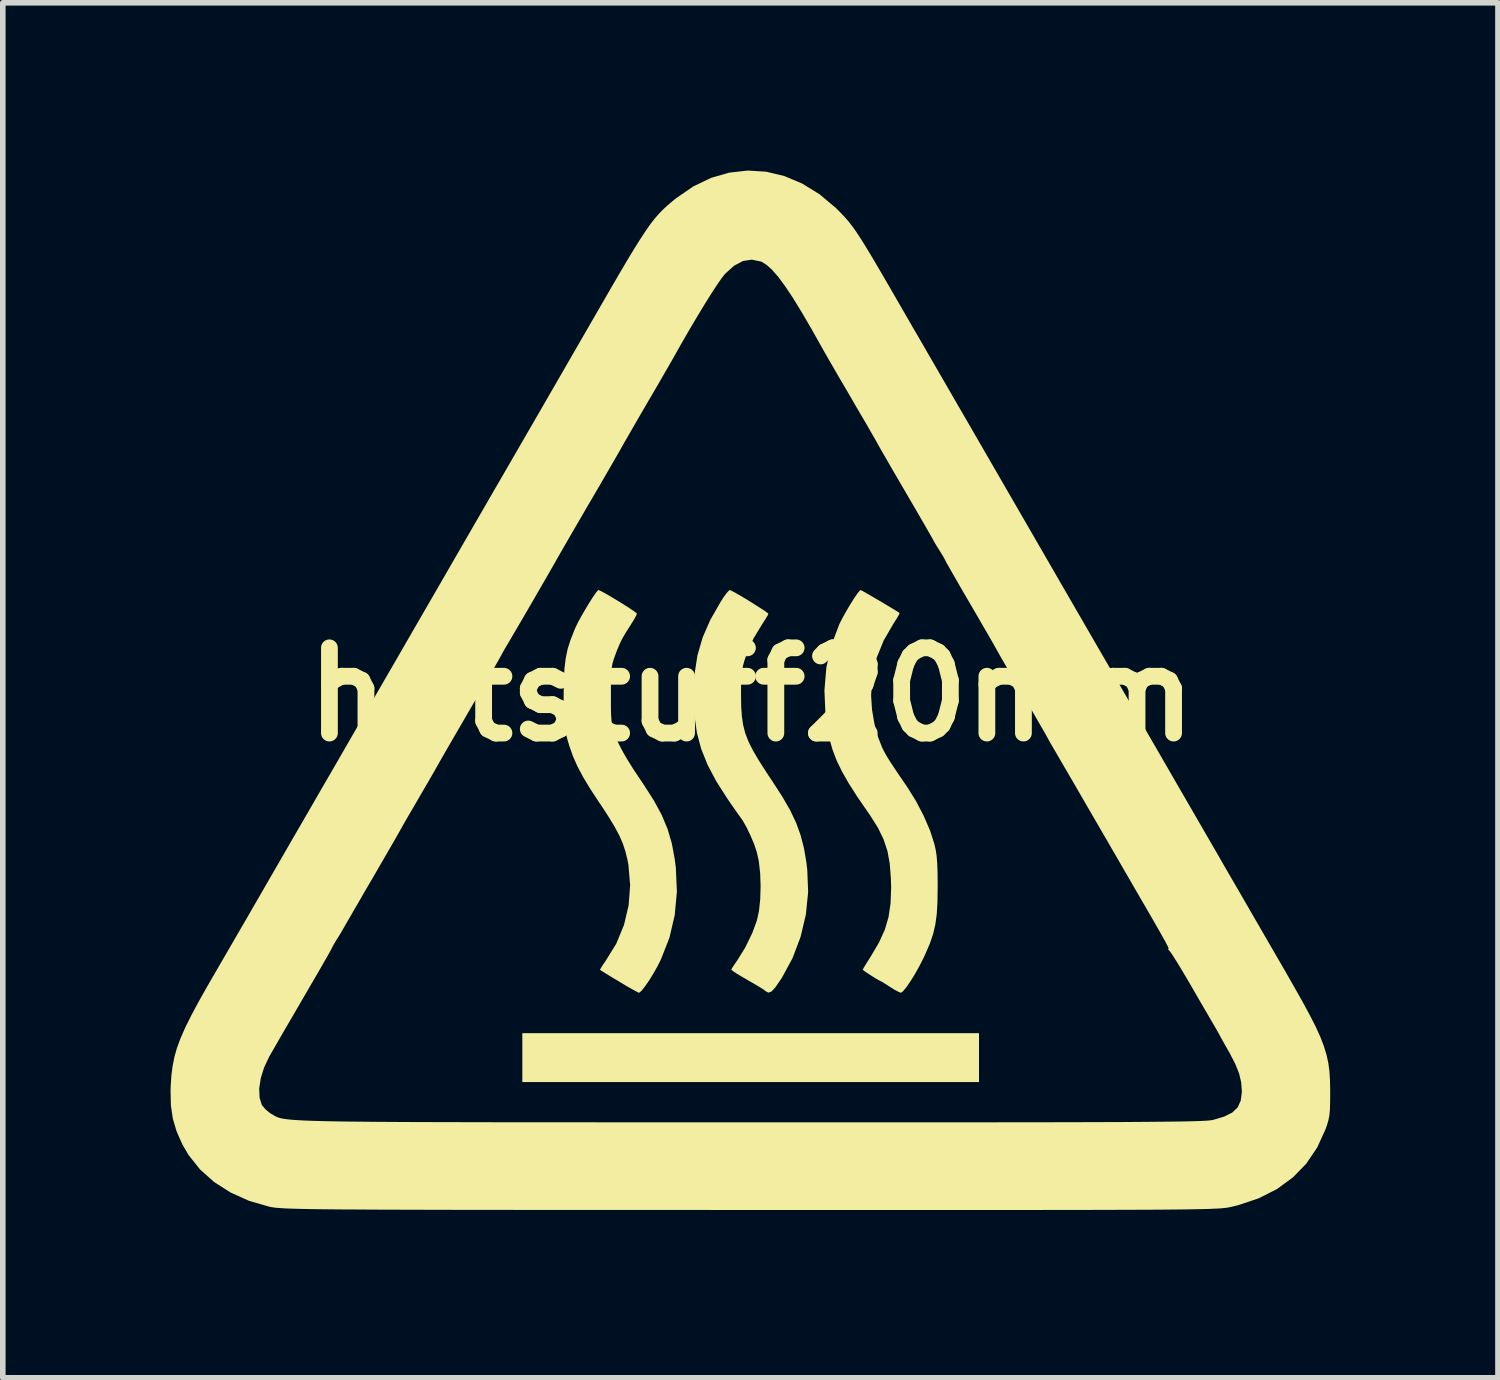
<source format=kicad_pcb>
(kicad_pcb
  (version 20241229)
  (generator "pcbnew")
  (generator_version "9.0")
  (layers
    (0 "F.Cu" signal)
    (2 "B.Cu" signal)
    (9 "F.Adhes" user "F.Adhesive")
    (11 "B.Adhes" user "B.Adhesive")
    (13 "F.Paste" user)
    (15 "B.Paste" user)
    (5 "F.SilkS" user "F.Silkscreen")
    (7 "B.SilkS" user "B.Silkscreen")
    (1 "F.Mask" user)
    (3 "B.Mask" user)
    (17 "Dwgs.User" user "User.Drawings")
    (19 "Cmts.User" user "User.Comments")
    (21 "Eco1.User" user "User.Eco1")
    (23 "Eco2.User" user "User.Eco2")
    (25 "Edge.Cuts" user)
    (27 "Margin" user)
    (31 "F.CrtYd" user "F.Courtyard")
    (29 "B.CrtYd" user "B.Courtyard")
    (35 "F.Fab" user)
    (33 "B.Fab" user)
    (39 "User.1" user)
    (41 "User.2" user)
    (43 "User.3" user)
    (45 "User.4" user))
  (footprint "hotstuff20mm"
    (layer "F.Cu")
    (at 10.388 9.369)
    (property "Reference" "hotstuff20mm" (at 0 0 0) (layer "F.SilkS") (effects (font (size 1.524 1.524) (thickness 0.3))))
    (attr board_only exclude_from_pos_files exclude_from_bom)
    (fp_poly (pts (xy 4.068 6.93) (xy -4.098 6.93) (xy -4.098 6.056) (xy 4.068 6.056)) (stroke (width 0) (type solid)) (fill yes) (layer "F.SilkS"))
    (fp_poly (pts (xy -0.352 -1.853) (xy -0.279 -1.813) (xy -0.18 -1.756) (xy -0.067 -1.688) (xy 0.048 -1.616) (xy 0.154 -1.549) (xy 0.239 -1.493) (xy 0.291 -1.455) (xy 0.301 -1.443) (xy 0.286 -1.409) (xy 0.245 -1.341) (xy 0.193 -1.261) (xy 0.037 -1.004) (xy -0.078 -0.748) (xy -0.126 -0.608) (xy -0.153 -0.51) (xy -0.171 -0.41) (xy -0.182 -0.293) (xy -0.187 -0.145) (xy -0.187 0.015) (xy -0.184 0.218) (xy -0.172 0.392) (xy -0.149 0.547) (xy -0.111 0.694) (xy -0.054 0.842) (xy 0.026 1.001) (xy 0.133 1.182) (xy 0.269 1.395) (xy 0.376 1.556) (xy 0.552 1.828) (xy 0.691 2.069) (xy 0.798 2.294) (xy 0.878 2.515) (xy 0.938 2.746) (xy 0.981 2.998) (xy 0.997 3.133) (xy 1.013 3.533) (xy 0.972 3.936) (xy 0.878 4.333) (xy 0.734 4.714) (xy 0.542 5.068) (xy 0.427 5.235) (xy 0.359 5.31) (xy 0.302 5.331) (xy 0.255 5.306) (xy 0.234 5.289) (xy 0.201 5.266) (xy 0.145 5.231) (xy 0.058 5.18) (xy -0.067 5.107) (xy -0.162 5.052) (xy -0.257 4.995) (xy -0.327 4.949) (xy -0.36 4.922) (xy -0.362 4.92) (xy -0.345 4.888) (xy -0.303 4.824) (xy -0.257 4.758) (xy -0.113 4.526) (xy 0.014 4.265) (xy 0.096 4.042) (xy 0.134 3.87) (xy 0.156 3.659) (xy 0.163 3.428) (xy 0.155 3.196) (xy 0.131 2.983) (xy 0.094 2.814) (xy 0.046 2.673) (xy -0.018 2.522) (xy -0.087 2.378) (xy -0.153 2.26) (xy -0.195 2.2) (xy -0.226 2.157) (xy -0.283 2.077) (xy -0.357 1.971) (xy -0.431 1.863) (xy -0.631 1.55) (xy -0.785 1.258) (xy -0.899 0.974) (xy -0.976 0.686) (xy -1.02 0.381) (xy -1.035 0.046) (xy -1.036 0.015) (xy -1.019 -0.358) (xy -0.967 -0.699) (xy -0.873 -1.022) (xy -0.734 -1.34) (xy -0.546 -1.667) (xy -0.497 -1.743) (xy -0.444 -1.815) (xy -0.402 -1.86) (xy -0.388 -1.868)) (stroke (width 0) (type solid)) (fill yes) (layer "F.SilkS"))
    (fp_poly (pts (xy 1.98 -1.854) (xy 2.049 -1.815) (xy 2.146 -1.759) (xy 2.259 -1.693) (xy 2.376 -1.624) (xy 2.486 -1.558) (xy 2.576 -1.504) (xy 2.635 -1.466) (xy 2.648 -1.457) (xy 2.638 -1.43) (xy 2.602 -1.367) (xy 2.547 -1.28) (xy 2.543 -1.275) (xy 2.364 -0.967) (xy 2.24 -0.662) (xy 2.166 -0.347) (xy 2.14 -0.01) (xy 2.139 0.026) (xy 2.155 0.27) (xy 2.198 0.524) (xy 2.264 0.765) (xy 2.334 0.943) (xy 2.365 1.006) (xy 2.397 1.066) (xy 2.437 1.134) (xy 2.489 1.216) (xy 2.559 1.322) (xy 2.652 1.46) (xy 2.774 1.638) (xy 2.787 1.657) (xy 2.942 1.907) (xy 3.081 2.173) (xy 3.194 2.436) (xy 3.271 2.677) (xy 3.272 2.682) (xy 3.295 2.784) (xy 3.311 2.892) (xy 3.321 3.021) (xy 3.327 3.181) (xy 3.329 3.385) (xy 3.329 3.45) (xy 3.325 3.71) (xy 3.313 3.924) (xy 3.288 4.109) (xy 3.249 4.278) (xy 3.192 4.446) (xy 3.114 4.628) (xy 3.074 4.715) (xy 3 4.86) (xy 2.921 5.001) (xy 2.842 5.129) (xy 2.77 5.233) (xy 2.711 5.305) (xy 2.672 5.333) (xy 2.671 5.333) (xy 2.628 5.317) (xy 2.554 5.277) (xy 2.475 5.228) (xy 2.391 5.173) (xy 2.329 5.135) (xy 2.304 5.122) (xy 2.273 5.107) (xy 2.211 5.071) (xy 2.134 5.022) (xy 2.06 4.974) (xy 2.006 4.936) (xy 1.989 4.92) (xy 2.004 4.891) (xy 2.045 4.823) (xy 2.104 4.729) (xy 2.14 4.672) (xy 2.281 4.432) (xy 2.384 4.205) (xy 2.451 3.977) (xy 2.487 3.731) (xy 2.497 3.453) (xy 2.492 3.286) (xy 2.472 3.024) (xy 2.431 2.799) (xy 2.363 2.593) (xy 2.264 2.388) (xy 2.125 2.167) (xy 2.085 2.109) (xy 1.895 1.833) (xy 1.741 1.592) (xy 1.618 1.377) (xy 1.522 1.179) (xy 1.449 0.987) (xy 1.394 0.793) (xy 1.353 0.586) (xy 1.323 0.357) (xy 1.323 0.355) (xy 1.304 -0.07) (xy 1.339 -0.486) (xy 1.429 -0.884) (xy 1.571 -1.259) (xy 1.574 -1.265) (xy 1.628 -1.371) (xy 1.694 -1.49) (xy 1.765 -1.609) (xy 1.833 -1.718) (xy 1.893 -1.805) (xy 1.935 -1.857) (xy 1.951 -1.868)) (stroke (width 0) (type solid)) (fill yes) (layer "F.SilkS"))
    (fp_poly (pts (xy -2.7 -1.853) (xy -2.625 -1.814) (xy -2.525 -1.756) (xy -2.412 -1.688) (xy -2.296 -1.617) (xy -2.191 -1.55) (xy -2.108 -1.494) (xy -2.058 -1.456) (xy -2.049 -1.446) (xy -2.064 -1.408) (xy -2.104 -1.335) (xy -2.161 -1.244) (xy -2.161 -1.243) (xy -2.245 -1.112) (xy -2.305 -1.011) (xy -2.351 -0.918) (xy -2.395 -0.815) (xy -2.436 -0.708) (xy -2.465 -0.626) (xy -2.486 -0.553) (xy -2.5 -0.476) (xy -2.508 -0.382) (xy -2.513 -0.26) (xy -2.514 -0.097) (xy -2.514 0.015) (xy -2.514 0.208) (xy -2.511 0.353) (xy -2.504 0.463) (xy -2.493 0.548) (xy -2.476 0.623) (xy -2.451 0.698) (xy -2.442 0.723) (xy -2.39 0.85) (xy -2.32 0.989) (xy -2.228 1.15) (xy -2.11 1.339) (xy -1.959 1.565) (xy -1.923 1.618) (xy -1.744 1.898) (xy -1.605 2.155) (xy -1.501 2.404) (xy -1.425 2.661) (xy -1.373 2.942) (xy -1.353 3.096) (xy -1.334 3.526) (xy -1.373 3.946) (xy -1.468 4.351) (xy -1.62 4.738) (xy -1.674 4.846) (xy -1.751 4.984) (xy -1.83 5.112) (xy -1.904 5.219) (xy -1.965 5.296) (xy -2.007 5.332) (xy -2.014 5.333) (xy -2.046 5.318) (xy -2.119 5.278) (xy -2.223 5.219) (xy -2.347 5.145) (xy -2.365 5.134) (xy -2.491 5.059) (xy -2.596 4.995) (xy -2.671 4.948) (xy -2.707 4.926) (xy -2.708 4.925) (xy -2.697 4.897) (xy -2.659 4.836) (xy -2.61 4.766) (xy -2.418 4.455) (xy -2.28 4.12) (xy -2.197 3.769) (xy -2.17 3.409) (xy -2.201 3.045) (xy -2.217 2.96) (xy -2.254 2.809) (xy -2.301 2.665) (xy -2.365 2.518) (xy -2.451 2.358) (xy -2.564 2.173) (xy -2.708 1.952) (xy -2.725 1.929) (xy -2.885 1.685) (xy -3.012 1.474) (xy -3.112 1.286) (xy -3.191 1.108) (xy -3.255 0.928) (xy -3.289 0.814) (xy -3.315 0.714) (xy -3.333 0.621) (xy -3.346 0.523) (xy -3.354 0.407) (xy -3.358 0.261) (xy -3.359 0.07) (xy -3.359 0) (xy -3.355 -0.257) (xy -3.344 -0.469) (xy -3.322 -0.649) (xy -3.288 -0.813) (xy -3.237 -0.974) (xy -3.169 -1.147) (xy -3.144 -1.205) (xy -3.1 -1.295) (xy -3.04 -1.405) (xy -2.97 -1.525) (xy -2.899 -1.643) (xy -2.833 -1.746) (xy -2.779 -1.824) (xy -2.744 -1.865) (xy -2.737 -1.868)) (stroke (width 0) (type solid)) (fill yes) (layer "F.SilkS"))
    (fp_poly (pts (xy 0.261 -9.349) (xy 0.587 -9.271) (xy 0.906 -9.137) (xy 1.214 -8.947) (xy 1.508 -8.701) (xy 1.55 -8.659) (xy 1.621 -8.587) (xy 1.687 -8.516) (xy 1.75 -8.441) (xy 1.814 -8.358) (xy 1.883 -8.259) (xy 1.96 -8.141) (xy 2.05 -7.996) (xy 2.156 -7.821) (xy 2.281 -7.608) (xy 2.43 -7.352) (xy 2.561 -7.126) (xy 2.71 -6.868) (xy 2.872 -6.587) (xy 3.04 -6.298) (xy 3.204 -6.014) (xy 3.357 -5.75) (xy 3.489 -5.522) (xy 3.511 -5.484) (xy 3.633 -5.272) (xy 3.778 -5.022) (xy 3.938 -4.746) (xy 4.105 -4.457) (xy 4.272 -4.168) (xy 4.431 -3.893) (xy 4.504 -3.766) (xy 4.871 -3.132) (xy 5.227 -2.516) (xy 5.568 -1.926) (xy 5.892 -1.366) (xy 6.195 -0.842) (xy 6.474 -0.36) (xy 6.674 -0.015) (xy 6.819 0.237) (xy 6.986 0.525) (xy 7.164 0.833) (xy 7.344 1.144) (xy 7.516 1.442) (xy 7.671 1.711) (xy 7.684 1.733) (xy 7.881 2.073) (xy 8.078 2.414) (xy 8.279 2.761) (xy 8.488 3.124) (xy 8.711 3.508) (xy 8.95 3.922) (xy 9.211 4.373) (xy 9.497 4.867) (xy 9.522 4.91) (xy 9.705 5.23) (xy 9.86 5.505) (xy 9.988 5.742) (xy 10.092 5.947) (xy 10.174 6.128) (xy 10.236 6.291) (xy 10.282 6.442) (xy 10.314 6.587) (xy 10.334 6.735) (xy 10.344 6.89) (xy 10.348 7.061) (xy 10.348 7.111) (xy 10.347 7.288) (xy 10.343 7.42) (xy 10.334 7.521) (xy 10.318 7.606) (xy 10.294 7.69) (xy 10.265 7.773) (xy 10.116 8.1) (xy 9.921 8.388) (xy 9.681 8.635) (xy 9.398 8.842) (xy 9.071 9.008) (xy 8.702 9.132) (xy 8.581 9.161) (xy 8.553 9.167) (xy 8.524 9.172) (xy 8.491 9.178) (xy 8.453 9.182) (xy 8.406 9.187) (xy 8.349 9.191) (xy 8.28 9.194) (xy 8.196 9.198) (xy 8.096 9.201) (xy 7.977 9.203) (xy 7.837 9.206) (xy 7.674 9.208) (xy 7.485 9.21) (xy 7.269 9.212) (xy 7.024 9.213) (xy 6.747 9.214) (xy 6.435 9.215) (xy 6.088 9.216) (xy 5.703 9.217) (xy 5.277 9.217) (xy 4.808 9.218) (xy 4.295 9.218) (xy 3.735 9.218) (xy 3.126 9.218) (xy 2.466 9.218) (xy 1.753 9.218) (xy 0.984 9.218) (xy 0.157 9.218) (xy -0.022 9.218) (xy -0.862 9.217) (xy -1.644 9.217) (xy -2.37 9.217) (xy -3.042 9.217) (xy -3.662 9.216) (xy -4.233 9.216) (xy -4.756 9.215) (xy -5.235 9.215) (xy -5.67 9.214) (xy -6.064 9.213) (xy -6.42 9.212) (xy -6.739 9.211) (xy -7.024 9.209) (xy -7.276 9.208) (xy -7.498 9.206) (xy -7.693 9.204) (xy -7.861 9.202) (xy -8.006 9.199) (xy -8.13 9.196) (xy -8.234 9.193) (xy -8.321 9.19) (xy -8.392 9.186) (xy -8.451 9.182) (xy -8.5 9.178) (xy -8.539 9.173) (xy -8.573 9.168) (xy -8.602 9.163) (xy -8.617 9.16) (xy -8.982 9.055) (xy -9.314 8.906) (xy -9.608 8.718) (xy -9.861 8.493) (xy -10.067 8.234) (xy -10.177 8.045) (xy -10.28 7.812) (xy -10.347 7.587) (xy -10.382 7.35) (xy -10.388 7.083) (xy -10.387 7.045) (xy -8.803 7.045) (xy -8.797 7.208) (xy -8.757 7.337) (xy -8.752 7.345) (xy -8.689 7.42) (xy -8.604 7.489) (xy -8.586 7.5) (xy -8.56 7.514) (xy -8.537 7.528) (xy -8.514 7.541) (xy -8.489 7.553) (xy -8.461 7.564) (xy -8.426 7.575) (xy -8.382 7.584) (xy -8.329 7.592) (xy -8.262 7.6) (xy -8.181 7.607) (xy -8.083 7.613) (xy -7.966 7.619) (xy -7.828 7.624) (xy -7.666 7.628) (xy -7.478 7.632) (xy -7.263 7.636) (xy -7.019 7.638) (xy -6.742 7.641) (xy -6.431 7.643) (xy -6.083 7.645) (xy -5.698 7.646) (xy -5.271 7.647) (xy -4.802 7.648) (xy -4.288 7.649) (xy -3.727 7.649) (xy -3.117 7.649) (xy -2.455 7.65) (xy -1.74 7.65) (xy -0.969 7.65) (xy -0.14 7.65) (xy -0.03 7.65) (xy 0.805 7.65) (xy 1.582 7.65) (xy 2.303 7.65) (xy 2.97 7.65) (xy 3.585 7.65) (xy 4.151 7.65) (xy 4.668 7.649) (xy 5.141 7.649) (xy 5.57 7.648) (xy 5.958 7.647) (xy 6.306 7.646) (xy 6.618 7.645) (xy 6.895 7.643) (xy 7.138 7.641) (xy 7.352 7.639) (xy 7.536 7.637) (xy 7.694 7.635) (xy 7.828 7.632) (xy 7.939 7.629) (xy 8.031 7.626) (xy 8.104 7.622) (xy 8.161 7.619) (xy 8.205 7.614) (xy 8.237 7.61) (xy 8.253 7.607) (xy 8.451 7.548) (xy 8.596 7.476) (xy 8.693 7.383) (xy 8.748 7.264) (xy 8.768 7.113) (xy 8.768 7.089) (xy 8.756 6.933) (xy 8.719 6.776) (xy 8.65 6.604) (xy 8.547 6.405) (xy 8.526 6.369) (xy 8.462 6.257) (xy 8.409 6.162) (xy 8.374 6.098) (xy 8.366 6.083) (xy 8.338 6.031) (xy 8.294 5.955) (xy 8.283 5.936) (xy 8.25 5.879) (xy 8.192 5.78) (xy 8.114 5.646) (xy 8.022 5.488) (xy 7.921 5.313) (xy 7.872 5.228) (xy 7.77 5.054) (xy 7.676 4.896) (xy 7.594 4.763) (xy 7.53 4.662) (xy 7.489 4.601) (xy 7.477 4.587) (xy 7.449 4.557) (xy 7.453 4.55) (xy 7.458 4.547) (xy 7.457 4.537) (xy 7.449 4.514) (xy 7.429 4.475) (xy 7.397 4.413) (xy 7.348 4.326) (xy 7.282 4.209) (xy 7.194 4.056) (xy 7.084 3.865) (xy 6.947 3.629) (xy 6.817 3.405) (xy 6.545 2.934) (xy 6.302 2.515) (xy 6.088 2.146) (xy 5.903 1.827) (xy 5.746 1.556) (xy 5.616 1.333) (xy 5.513 1.156) (xy 5.437 1.025) (xy 5.387 0.939) (xy 5.366 0.904) (xy 5.321 0.825) (xy 5.287 0.763) (xy 5.282 0.753) (xy 5.262 0.716) (xy 5.215 0.635) (xy 5.146 0.515) (xy 5.059 0.364) (xy 4.957 0.188) (xy 4.845 -0.004) (xy 4.815 -0.056) (xy 4.702 -0.249) (xy 4.599 -0.426) (xy 4.511 -0.578) (xy 4.441 -0.699) (xy 4.393 -0.784) (xy 4.37 -0.825) (xy 4.369 -0.828) (xy 4.354 -0.855) (xy 4.313 -0.927) (xy 4.249 -1.039) (xy 4.165 -1.183) (xy 4.066 -1.354) (xy 3.956 -1.544) (xy 3.917 -1.61) (xy 3.803 -1.805) (xy 3.7 -1.984) (xy 3.611 -2.138) (xy 3.54 -2.263) (xy 3.49 -2.35) (xy 3.467 -2.395) (xy 3.465 -2.399) (xy 3.45 -2.43) (xy 3.411 -2.496) (xy 3.36 -2.578) (xy 3.306 -2.664) (xy 3.268 -2.728) (xy 3.254 -2.754) (xy 3.239 -2.782) (xy 3.198 -2.855) (xy 3.133 -2.968) (xy 3.048 -3.115) (xy 2.948 -3.288) (xy 2.834 -3.483) (xy 2.757 -3.616) (xy 2.637 -3.821) (xy 2.528 -4.008) (xy 2.433 -4.173) (xy 2.355 -4.308) (xy 2.298 -4.407) (xy 2.266 -4.464) (xy 2.26 -4.476) (xy 2.245 -4.503) (xy 2.204 -4.576) (xy 2.139 -4.688) (xy 2.056 -4.833) (xy 1.956 -5.003) (xy 1.845 -5.193) (xy 1.805 -5.263) (xy 1.686 -5.467) (xy 1.573 -5.659) (xy 1.472 -5.834) (xy 1.386 -5.982) (xy 1.321 -6.096) (xy 1.28 -6.167) (xy 1.275 -6.177) (xy 1.075 -6.533) (xy 0.897 -6.837) (xy 0.74 -7.093) (xy 0.601 -7.302) (xy 0.478 -7.468) (xy 0.369 -7.593) (xy 0.272 -7.681) (xy 0.185 -7.736) (xy 0.166 -7.743) (xy 0.005 -7.776) (xy -0.153 -7.752) (xy -0.311 -7.668) (xy -0.47 -7.525) (xy -0.477 -7.517) (xy -0.536 -7.442) (xy -0.62 -7.32) (xy -0.725 -7.159) (xy -0.846 -6.965) (xy -0.979 -6.745) (xy -1.121 -6.505) (xy -1.267 -6.252) (xy -1.4 -6.015) (xy -1.439 -5.947) (xy -1.503 -5.836) (xy -1.586 -5.692) (xy -1.682 -5.526) (xy -1.787 -5.346) (xy -1.836 -5.262) (xy -1.942 -5.081) (xy -2.042 -4.909) (xy -2.13 -4.755) (xy -2.202 -4.631) (xy -2.252 -4.544) (xy -2.266 -4.52) (xy -2.339 -4.39) (xy -2.443 -4.209) (xy -2.577 -3.977) (xy -2.741 -3.694) (xy -2.937 -3.36) (xy -3.047 -3.17) (xy -3.155 -2.985) (xy -3.258 -2.807) (xy -3.351 -2.646) (xy -3.428 -2.512) (xy -3.483 -2.416) (xy -3.499 -2.387) (xy -3.539 -2.317) (xy -3.603 -2.205) (xy -3.687 -2.059) (xy -3.785 -1.89) (xy -3.891 -1.706) (xy -4.001 -1.517) (xy -4.109 -1.332) (xy -4.208 -1.162) (xy -4.295 -1.014) (xy -4.363 -0.898) (xy -4.396 -0.844) (xy -4.441 -0.765) (xy -4.475 -0.702) (xy -4.48 -0.693) (xy -4.501 -0.655) (xy -4.547 -0.573) (xy -4.615 -0.455) (xy -4.7 -0.308) (xy -4.796 -0.142) (xy -4.853 -0.045) (xy -5.059 0.309) (xy -5.235 0.612) (xy -5.382 0.865) (xy -5.499 1.068) (xy -5.587 1.222) (xy -5.629 1.296) (xy -5.67 1.369) (xy -5.735 1.482) (xy -5.816 1.621) (xy -5.905 1.774) (xy -5.951 1.853) (xy -6.042 2.01) (xy -6.13 2.16) (xy -6.206 2.292) (xy -6.262 2.392) (xy -6.281 2.426) (xy -6.318 2.491) (xy -6.38 2.6) (xy -6.464 2.745) (xy -6.563 2.916) (xy -6.673 3.106) (xy -6.789 3.307) (xy -6.801 3.326) (xy -6.916 3.523) (xy -7.023 3.709) (xy -7.119 3.874) (xy -7.198 4.011) (xy -7.257 4.112) (xy -7.29 4.171) (xy -7.293 4.175) (xy -7.345 4.265) (xy -7.408 4.368) (xy -7.426 4.396) (xy -7.471 4.471) (xy -7.498 4.521) (xy -7.502 4.532) (xy -7.517 4.561) (xy -7.558 4.635) (xy -7.621 4.745) (xy -7.702 4.886) (xy -7.796 5.049) (xy -7.86 5.158) (xy -8.031 5.452) (xy -8.189 5.724) (xy -8.331 5.967) (xy -8.452 6.176) (xy -8.549 6.345) (xy -8.62 6.468) (xy -8.624 6.476) (xy -8.714 6.666) (xy -8.775 6.86) (xy -8.803 7.045) (xy -10.387 7.045) (xy -10.385 6.99) (xy -10.373 6.812) (xy -10.352 6.646) (xy -10.32 6.484) (xy -10.274 6.321) (xy -10.21 6.148) (xy -10.127 5.958) (xy -10.021 5.745) (xy -9.89 5.5) (xy -9.731 5.217) (xy -9.606 5.002) (xy -9.493 4.807) (xy -9.358 4.574) (xy -9.208 4.315) (xy -9.05 4.043) (xy -8.894 3.772) (xy -8.745 3.515) (xy -8.708 3.45) (xy -8.554 3.184) (xy -8.383 2.888) (xy -8.204 2.577) (xy -8.025 2.269) (xy -7.857 1.978) (xy -7.709 1.722) (xy -7.698 1.702) (xy -7.549 1.446) (xy -7.38 1.154) (xy -7.201 0.843) (xy -7.021 0.532) (xy -6.85 0.237) (xy -6.704 -0.015) (xy -6.552 -0.279) (xy -6.379 -0.577) (xy -6.196 -0.894) (xy -6.013 -1.211) (xy -5.839 -1.512) (xy -5.685 -1.778) (xy -5.174 -2.663) (xy -4.69 -3.5) (xy -4.231 -4.293) (xy -3.796 -5.045) (xy -3.382 -5.762) (xy -2.987 -6.447) (xy -2.734 -6.885) (xy -2.54 -7.221) (xy -2.372 -7.51) (xy -2.227 -7.756) (xy -2.102 -7.963) (xy -1.993 -8.137) (xy -1.898 -8.282) (xy -1.813 -8.404) (xy -1.734 -8.506) (xy -1.659 -8.593) (xy -1.583 -8.671) (xy -1.505 -8.744) (xy -1.42 -8.816) (xy -1.346 -8.876) (xy -1.04 -9.086) (xy -0.723 -9.238) (xy -0.398 -9.332) (xy -0.069 -9.369)) (stroke (width 0) (type solid)) (fill yes) (layer "F.SilkS")))
  (gr_rect
    (start -3 -3)
    (end 23.736 21.587)
    (stroke (width 0.1) (type default))
    (fill no)
    (layer "Edge.Cuts")))
</source>
